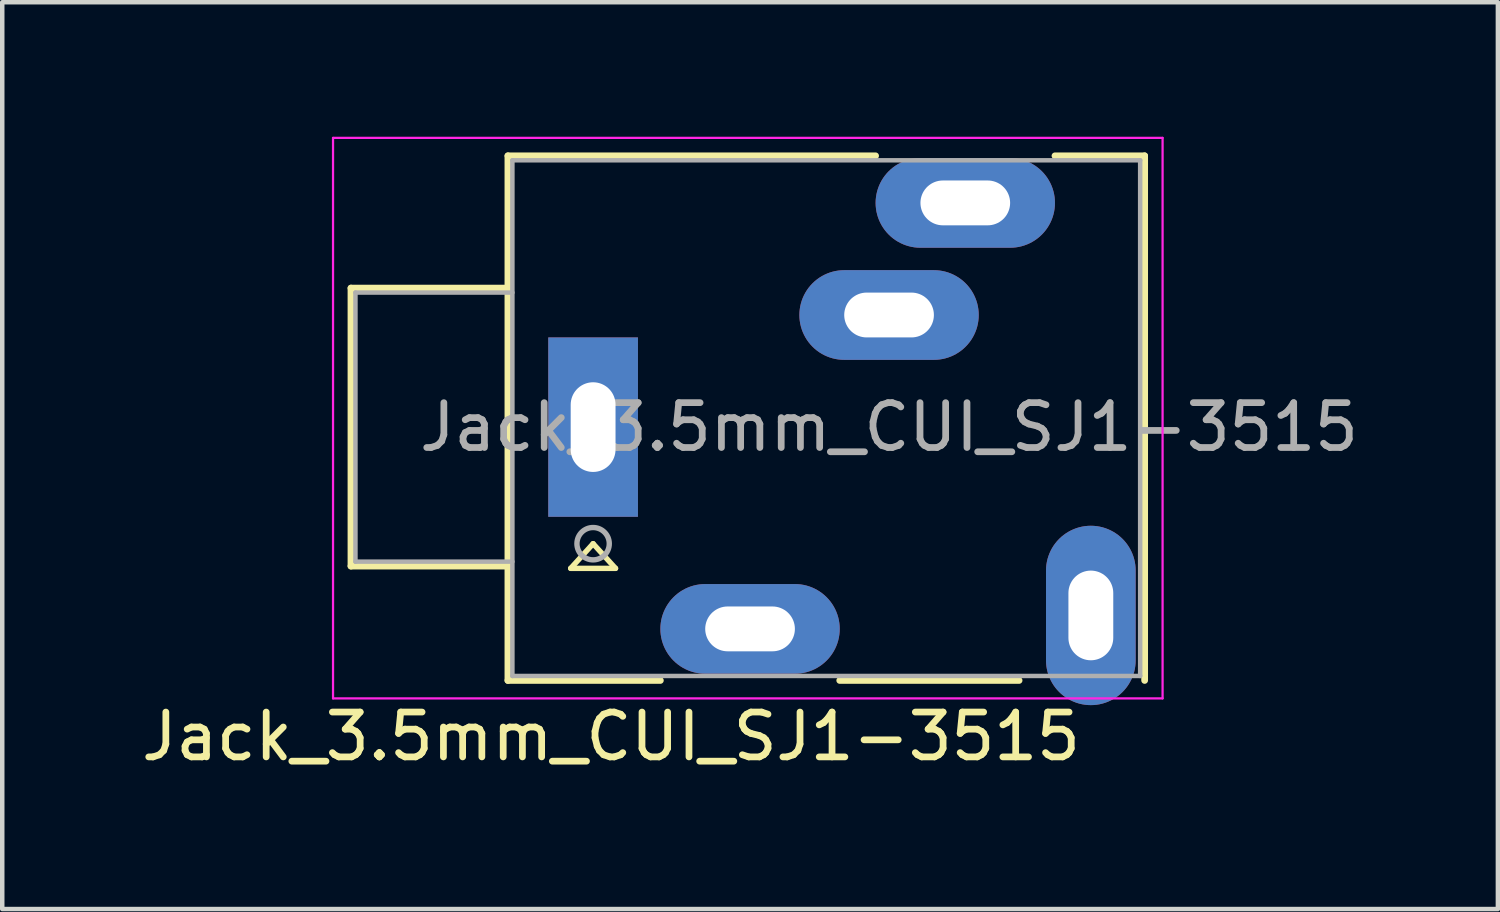
<source format=kicad_pcb>
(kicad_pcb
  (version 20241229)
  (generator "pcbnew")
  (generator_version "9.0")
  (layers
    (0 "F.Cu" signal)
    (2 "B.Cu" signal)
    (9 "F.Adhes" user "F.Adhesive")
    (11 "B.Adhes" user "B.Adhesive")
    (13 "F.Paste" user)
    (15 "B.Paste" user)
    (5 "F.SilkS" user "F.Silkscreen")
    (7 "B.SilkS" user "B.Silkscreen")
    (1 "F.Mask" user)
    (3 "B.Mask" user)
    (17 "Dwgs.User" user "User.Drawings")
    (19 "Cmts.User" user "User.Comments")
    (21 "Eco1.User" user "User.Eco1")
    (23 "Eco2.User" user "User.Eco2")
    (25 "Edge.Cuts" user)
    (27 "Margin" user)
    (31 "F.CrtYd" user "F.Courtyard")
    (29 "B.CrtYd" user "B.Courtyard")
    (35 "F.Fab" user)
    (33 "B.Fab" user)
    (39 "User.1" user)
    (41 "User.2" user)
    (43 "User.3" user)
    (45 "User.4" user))
  (footprint "Jack_3.5mm_CUI_SJ1-3515"
    (layer "F.Cu")
    (at 10.177 6.475)
    (property "Reference" "Jack_3.5mm_CUI_SJ1-3515" (at 0.4 6.9 0) (layer "F.SilkS") (effects (font (size 1 1) (thickness 0.15))))
    (attr through_hole)
    (fp_line (start -5.4 -3.1) (end -5.4 3.1) (stroke (width 0.15) (type solid)) (layer "F.SilkS"))
    (fp_line (start -5.4 3.1) (end -1.9 3.1) (stroke (width 0.15) (type solid)) (layer "F.SilkS"))
    (fp_line (start -1.9 -6.05) (end 6.3 -6.05) (stroke (width 0.15) (type solid)) (layer "F.SilkS"))
    (fp_line (start -1.9 -3.1) (end -5.4 -3.1) (stroke (width 0.15) (type solid)) (layer "F.SilkS"))
    (fp_line (start -1.9 5.65) (end -1.9 -6.05) (stroke (width 0.15) (type solid)) (layer "F.SilkS"))
    (fp_line (start -0.5 3.15) (end 0.5 3.15) (stroke (width 0.12) (type solid)) (layer "F.SilkS"))
    (fp_line (start 0 2.6) (end -0.5 3.15) (stroke (width 0.12) (type solid)) (layer "F.SilkS"))
    (fp_line (start 0.5 3.15) (end 0 2.6) (stroke (width 0.12) (type solid)) (layer "F.SilkS"))
    (fp_line (start 1.5 5.65) (end -1.9 5.65) (stroke (width 0.15) (type solid)) (layer "F.SilkS"))
    (fp_line (start 9.5 5.65) (end 5.5 5.65) (stroke (width 0.15) (type solid)) (layer "F.SilkS"))
    (fp_line (start 10.3 -6.05) (end 12.3 -6.05) (stroke (width 0.15) (type solid)) (layer "F.SilkS"))
    (fp_line (start 12.3 -6.05) (end 12.3 5.65) (stroke (width 0.15) (type solid)) (layer "F.SilkS"))
    (fp_line (start -5.8 -6.45) (end -5.8 6.05) (stroke (width 0.05) (type solid)) (layer "F.CrtYd"))
    (fp_line (start -5.8 6.05) (end 12.7 6.05) (stroke (width 0.05) (type solid)) (layer "F.CrtYd"))
    (fp_line (start 12.7 -6.45) (end -5.8 -6.45) (stroke (width 0.05) (type solid)) (layer "F.CrtYd"))
    (fp_line (start 12.7 6.05) (end 12.7 -6.45) (stroke (width 0.05) (type solid)) (layer "F.CrtYd"))
    (fp_line (start -5.3 -3) (end -5.3 3) (stroke (width 0.1) (type solid)) (layer "F.Fab"))
    (fp_line (start -5.3 -3) (end -1.8 -3) (stroke (width 0.1) (type solid)) (layer "F.Fab"))
    (fp_line (start -5.3 3) (end -1.8 3) (stroke (width 0.1) (type solid)) (layer "F.Fab"))
    (fp_line (start -1.8 -5.95) (end -1.8 5.55) (stroke (width 0.1) (type solid)) (layer "F.Fab"))
    (fp_line (start -1.8 5.55) (end 12.2 5.55) (stroke (width 0.1) (type solid)) (layer "F.Fab"))
    (fp_line (start 12.2 -5.95) (end -1.8 -5.95) (stroke (width 0.1) (type solid)) (layer "F.Fab"))
    (fp_line (start 12.2 5.55) (end 12.2 -5.95) (stroke (width 0.1) (type solid)) (layer "F.Fab"))
    (fp_circle (center 0 2.6) (end 0.3 2.8) (stroke (width 0.12) (type solid)) (fill no) (layer "F.Fab"))
    (fp_text user "${REFERENCE}" (at 6.6 0 0) (layer "F.Fab") (effects (font (size 1 1) (thickness 0.15))))
    (pad "R" thru_hole oval (at 8.3 -5) (size 4 2) (drill oval 2 1) (layers "*.Cu" "*.Mask"))
    (pad "RN" thru_hole oval (at 6.6 -2.5) (size 4 2) (drill oval 2 1) (layers "*.Cu" "*.Mask"))
    (pad "S" thru_hole rect (at 0 0) (size 2 4) (drill oval 1 2) (layers "*.Cu" "*.Mask"))
    (pad "T" thru_hole oval (at 3.5 4.5) (size 4 2) (drill oval 2 1) (layers "*.Cu" "*.Mask"))
    (pad "TN" thru_hole oval (at 11.1 4.2 90) (size 4 2) (drill oval 2 1) (layers "*.Cu" "*.Mask")))
  (gr_rect
    (start -3 -3)
    (end 30.355 17.223)
    (stroke (width 0.1) (type default))
    (fill no)
    (layer "Edge.Cuts")))
</source>
